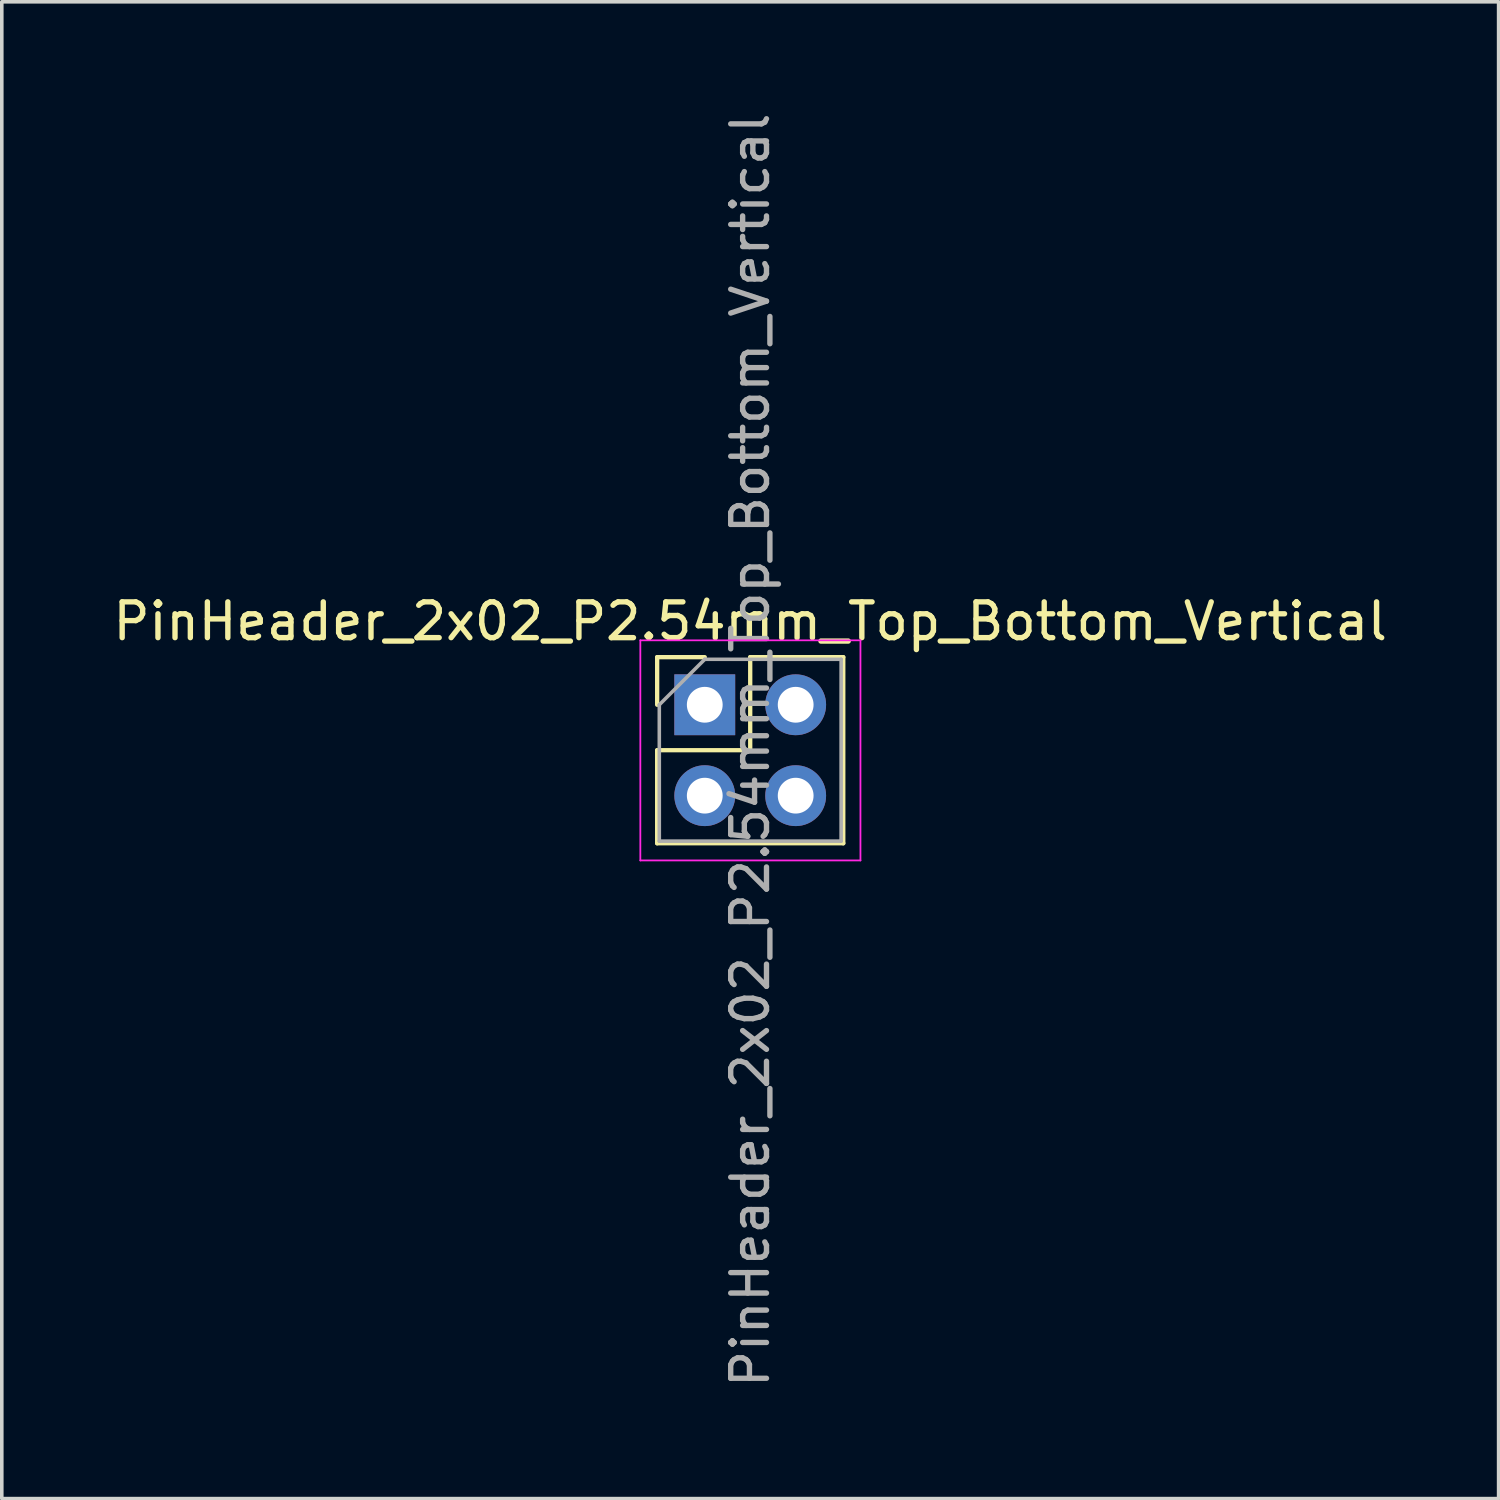
<source format=kicad_pcb>
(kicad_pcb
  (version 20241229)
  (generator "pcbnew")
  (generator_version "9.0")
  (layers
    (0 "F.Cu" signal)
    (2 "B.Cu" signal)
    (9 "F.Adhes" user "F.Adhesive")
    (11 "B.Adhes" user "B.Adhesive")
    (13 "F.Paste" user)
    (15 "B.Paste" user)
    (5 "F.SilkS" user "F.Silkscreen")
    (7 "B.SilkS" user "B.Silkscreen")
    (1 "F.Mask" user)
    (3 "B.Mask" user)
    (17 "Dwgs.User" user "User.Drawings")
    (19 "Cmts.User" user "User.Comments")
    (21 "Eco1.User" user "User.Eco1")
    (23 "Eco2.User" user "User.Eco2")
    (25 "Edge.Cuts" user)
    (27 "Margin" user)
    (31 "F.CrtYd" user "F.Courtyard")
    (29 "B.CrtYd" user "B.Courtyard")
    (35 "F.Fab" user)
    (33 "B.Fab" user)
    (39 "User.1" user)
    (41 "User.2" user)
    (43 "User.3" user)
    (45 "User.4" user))
  (footprint "PinHeader_2x02_P2.54mm_Top_Bottom_Vertical"
    (layer "F.Cu")
    (at 16.641 16.641)
    (property "Reference" "PinHeader_2x02_P2.54mm_Top_Bottom_Vertical" (at 1.27 -2.33 0) (layer "F.SilkS") (effects (font (size 1 1) (thickness 0.15))))
    (attr through_hole)
    (fp_line (start -1.33 -1.33) (end 0 -1.33) (stroke (width 0.12) (type solid)) (layer "F.SilkS"))
    (fp_line (start -1.33 0) (end -1.33 -1.33) (stroke (width 0.12) (type solid)) (layer "F.SilkS"))
    (fp_line (start -1.33 1.27) (end -1.33 3.87) (stroke (width 0.12) (type solid)) (layer "F.SilkS"))
    (fp_line (start -1.33 1.27) (end 1.27 1.27) (stroke (width 0.12) (type solid)) (layer "F.SilkS"))
    (fp_line (start -1.33 3.87) (end 3.87 3.87) (stroke (width 0.12) (type solid)) (layer "F.SilkS"))
    (fp_line (start 1.27 -1.33) (end 3.87 -1.33) (stroke (width 0.12) (type solid)) (layer "F.SilkS"))
    (fp_line (start 1.27 1.27) (end 1.27 -1.33) (stroke (width 0.12) (type solid)) (layer "F.SilkS"))
    (fp_line (start 3.87 -1.33) (end 3.87 3.87) (stroke (width 0.12) (type solid)) (layer "F.SilkS"))
    (fp_line (start -1.8 -1.8) (end -1.8 4.35) (stroke (width 0.05) (type solid)) (layer "F.CrtYd"))
    (fp_line (start -1.8 4.35) (end 4.35 4.35) (stroke (width 0.05) (type solid)) (layer "F.CrtYd"))
    (fp_line (start 4.35 -1.8) (end -1.8 -1.8) (stroke (width 0.05) (type solid)) (layer "F.CrtYd"))
    (fp_line (start 4.35 4.35) (end 4.35 -1.8) (stroke (width 0.05) (type solid)) (layer "F.CrtYd"))
    (fp_line (start -1.27 0) (end 0 -1.27) (stroke (width 0.1) (type solid)) (layer "F.Fab"))
    (fp_line (start -1.27 3.81) (end -1.27 0) (stroke (width 0.1) (type solid)) (layer "F.Fab"))
    (fp_line (start 0 -1.27) (end 3.81 -1.27) (stroke (width 0.1) (type solid)) (layer "F.Fab"))
    (fp_line (start 3.81 -1.27) (end 3.81 3.81) (stroke (width 0.1) (type solid)) (layer "F.Fab"))
    (fp_line (start 3.81 3.81) (end -1.27 3.81) (stroke (width 0.1) (type solid)) (layer "F.Fab"))
    (fp_text user "${REFERENCE}" (at 1.27 1.27 90) (layer "F.Fab") (effects (font (size 1 1) (thickness 0.15))))
    (pad "1" thru_hole rect (at 0 0) (size 1.7 1.7) (drill 1) (layers "*.Cu" "*.Mask"))
    (pad "2" thru_hole oval (at 0 2.54) (size 1.7 1.7) (drill 1) (layers "*.Cu" "*.Mask"))
    (pad "3" thru_hole oval (at 2.54 0) (size 1.7 1.7) (drill 1) (layers "*.Cu" "*.Mask"))
    (pad "4" thru_hole oval (at 2.54 2.54) (size 1.7 1.7) (drill 1) (layers "*.Cu" "*.Mask")))
  (gr_rect
    (start -3 -3)
    (end 38.821 38.821)
    (stroke (width 0.1) (type default))
    (fill no)
    (layer "Edge.Cuts")))
</source>
